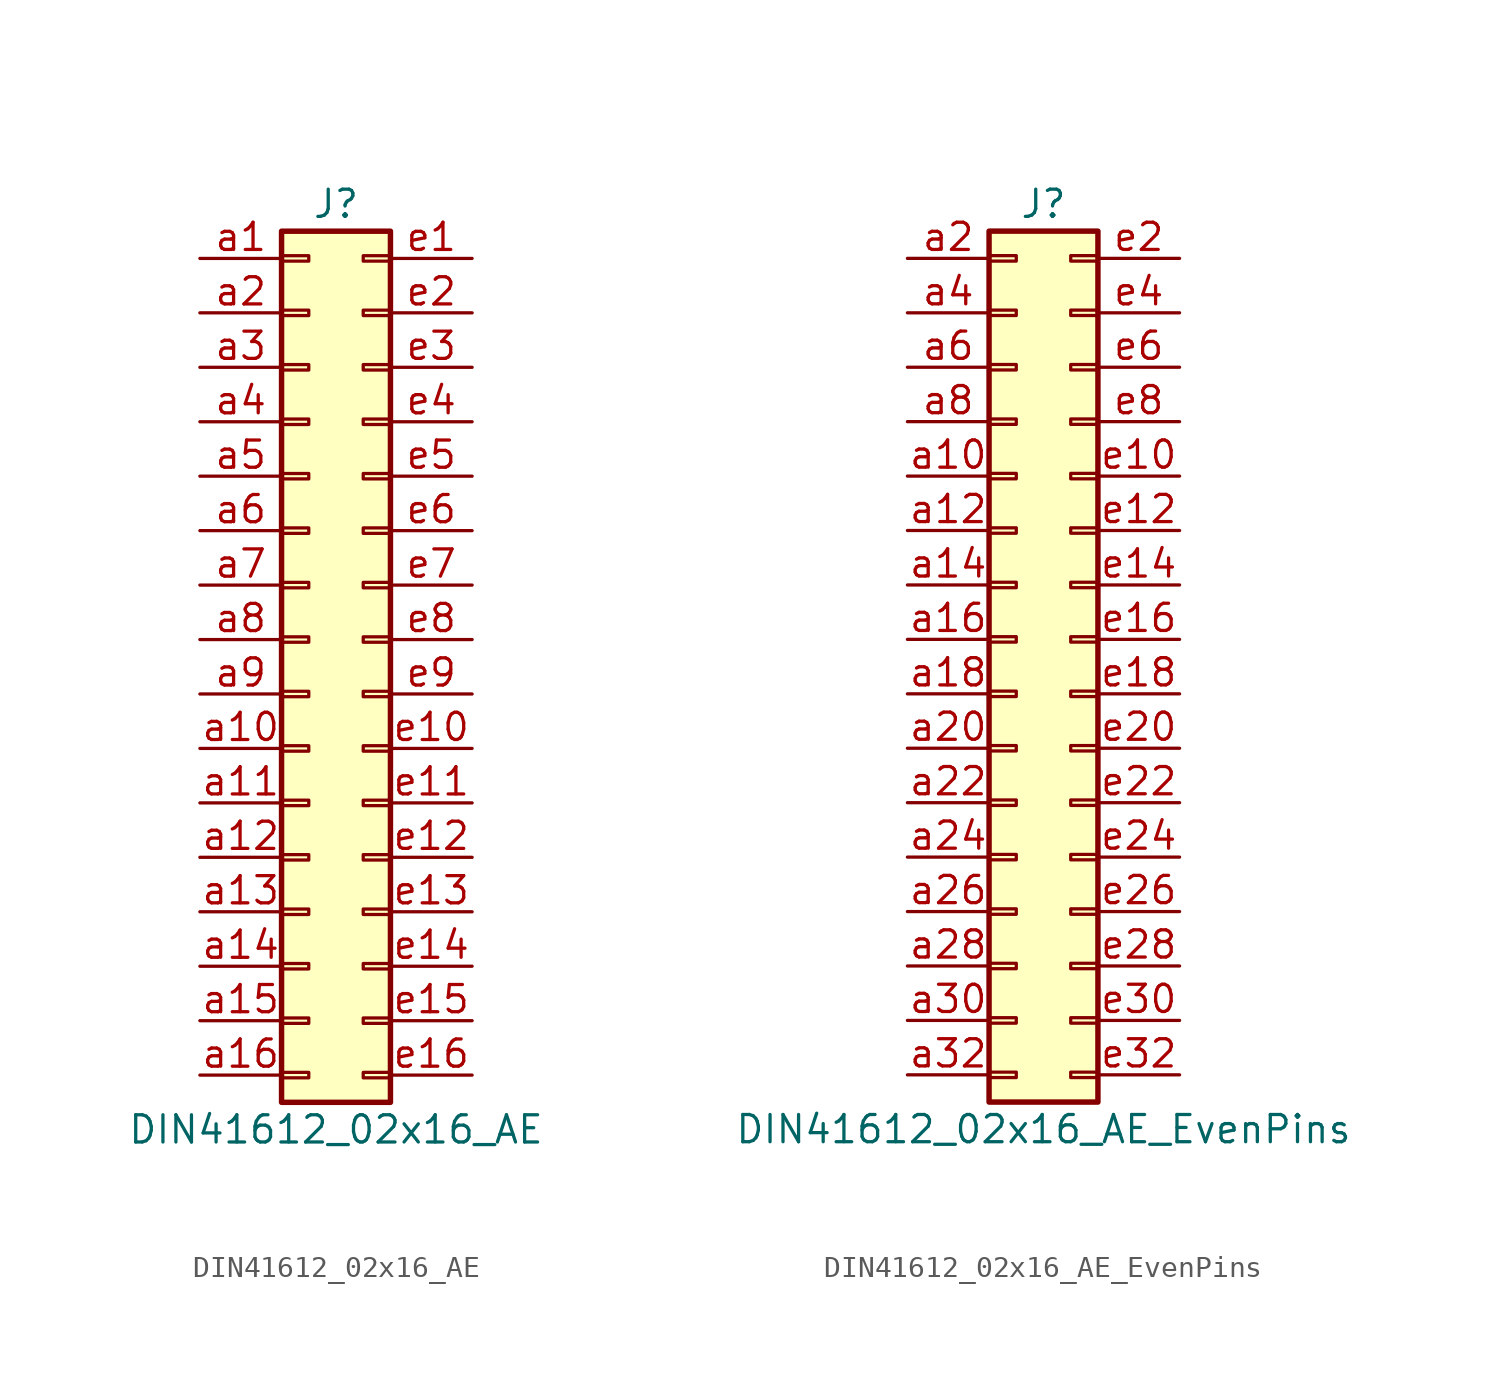
<source format=kicad_sym>
(kicad_symbol_lib
  (version 20201005)
  (generator kicad_symbol_editor)
  (symbol "Connector:DIN41612_02x16_AE"
    (pin_names
      (offset 1.016) hide)
    (property "Reference" "J"
      (at 1.27 20.32 0)
      (effects (font (size 1.27 1.27))))
    (property "Value" "DIN41612_02x16_AE"
      (at 1.27 -22.86 0)
      (effects (font (size 1.27 1.27))))
    (symbol "DIN41612_02x16_AE_1_1"
      (rectangle (start -1.27 -20.193) (end 0 -20.447) (stroke (width 0.152)) (fill (type none)))
      (rectangle (start -1.27 -17.653) (end 0 -17.907) (stroke (width 0.152)) (fill (type none)))
      (rectangle (start -1.27 -15.113) (end 0 -15.367) (stroke (width 0.152)) (fill (type none)))
      (rectangle (start -1.27 -12.573) (end 0 -12.827) (stroke (width 0.152)) (fill (type none)))
      (rectangle (start -1.27 -10.033) (end 0 -10.287) (stroke (width 0.152)) (fill (type none)))
      (rectangle (start -1.27 -7.493) (end 0 -7.747) (stroke (width 0.152)) (fill (type none)))
      (rectangle (start -1.27 -4.953) (end 0 -5.207) (stroke (width 0.152)) (fill (type none)))
      (rectangle (start -1.27 -2.413) (end 0 -2.667) (stroke (width 0.152)) (fill (type none)))
      (rectangle (start -1.27 0.127) (end 0 -0.127) (stroke (width 0.152)) (fill (type none)))
      (rectangle (start -1.27 2.667) (end 0 2.413) (stroke (width 0.152)) (fill (type none)))
      (rectangle (start -1.27 5.207) (end 0 4.953) (stroke (width 0.152)) (fill (type none)))
      (rectangle (start -1.27 7.747) (end 0 7.493) (stroke (width 0.152)) (fill (type none)))
      (rectangle (start -1.27 10.287) (end 0 10.033) (stroke (width 0.152)) (fill (type none)))
      (rectangle (start -1.27 12.827) (end 0 12.573) (stroke (width 0.152)) (fill (type none)))
      (rectangle (start -1.27 15.367) (end 0 15.113) (stroke (width 0.152)) (fill (type none)))
      (rectangle (start -1.27 17.907) (end 0 17.653) (stroke (width 0.152)) (fill (type none)))
      (rectangle (start -1.27 19.05) (end 3.81 -21.59) (stroke (width 0.254)) (fill (type background)))
      (rectangle (start 3.81 -20.193) (end 2.54 -20.447) (stroke (width 0.152)) (fill (type none)))
      (rectangle (start 3.81 -17.653) (end 2.54 -17.907) (stroke (width 0.152)) (fill (type none)))
      (rectangle (start 3.81 -15.113) (end 2.54 -15.367) (stroke (width 0.152)) (fill (type none)))
      (rectangle (start 3.81 -12.573) (end 2.54 -12.827) (stroke (width 0.152)) (fill (type none)))
      (rectangle (start 3.81 -10.033) (end 2.54 -10.287) (stroke (width 0.152)) (fill (type none)))
      (rectangle (start 3.81 -7.493) (end 2.54 -7.747) (stroke (width 0.152)) (fill (type none)))
      (rectangle (start 3.81 -4.953) (end 2.54 -5.207) (stroke (width 0.152)) (fill (type none)))
      (rectangle (start 3.81 -2.413) (end 2.54 -2.667) (stroke (width 0.152)) (fill (type none)))
      (rectangle (start 3.81 0.127) (end 2.54 -0.127) (stroke (width 0.152)) (fill (type none)))
      (rectangle (start 3.81 2.667) (end 2.54 2.413) (stroke (width 0.152)) (fill (type none)))
      (rectangle (start 3.81 5.207) (end 2.54 4.953) (stroke (width 0.152)) (fill (type none)))
      (rectangle (start 3.81 7.747) (end 2.54 7.493) (stroke (width 0.152)) (fill (type none)))
      (rectangle (start 3.81 10.287) (end 2.54 10.033) (stroke (width 0.152)) (fill (type none)))
      (rectangle (start 3.81 12.827) (end 2.54 12.573) (stroke (width 0.152)) (fill (type none)))
      (rectangle (start 3.81 15.367) (end 2.54 15.113) (stroke (width 0.152)) (fill (type none)))
      (rectangle (start 3.81 17.907) (end 2.54 17.653) (stroke (width 0.152)) (fill (type none)))
      (pin passive line (at -5.08 17.78 0) (length 3.81) (name "Pin_a1" (effects (font (size 1.27 1.27)))) (number "a1" (effects (font (size 1.27 1.27)))))
      (pin passive line (at -5.08 -5.08 0) (length 3.81) (name "Pin_a10" (effects (font (size 1.27 1.27)))) (number "a10" (effects (font (size 1.27 1.27)))))
      (pin passive line (at -5.08 -7.62 0) (length 3.81) (name "Pin_a11" (effects (font (size 1.27 1.27)))) (number "a11" (effects (font (size 1.27 1.27)))))
      (pin passive line (at -5.08 -10.16 0) (length 3.81) (name "Pin_a12" (effects (font (size 1.27 1.27)))) (number "a12" (effects (font (size 1.27 1.27)))))
      (pin passive line (at -5.08 -12.7 0) (length 3.81) (name "Pin_a13" (effects (font (size 1.27 1.27)))) (number "a13" (effects (font (size 1.27 1.27)))))
      (pin passive line (at -5.08 -15.24 0) (length 3.81) (name "Pin_a14" (effects (font (size 1.27 1.27)))) (number "a14" (effects (font (size 1.27 1.27)))))
      (pin passive line (at -5.08 -17.78 0) (length 3.81) (name "Pin_a15" (effects (font (size 1.27 1.27)))) (number "a15" (effects (font (size 1.27 1.27)))))
      (pin passive line (at -5.08 -20.32 0) (length 3.81) (name "Pin_a16" (effects (font (size 1.27 1.27)))) (number "a16" (effects (font (size 1.27 1.27)))))
      (pin passive line (at -5.08 15.24 0) (length 3.81) (name "Pin_a2" (effects (font (size 1.27 1.27)))) (number "a2" (effects (font (size 1.27 1.27)))))
      (pin passive line (at -5.08 12.7 0) (length 3.81) (name "Pin_a3" (effects (font (size 1.27 1.27)))) (number "a3" (effects (font (size 1.27 1.27)))))
      (pin passive line (at -5.08 10.16 0) (length 3.81) (name "Pin_a4" (effects (font (size 1.27 1.27)))) (number "a4" (effects (font (size 1.27 1.27)))))
      (pin passive line (at -5.08 7.62 0) (length 3.81) (name "Pin_a5" (effects (font (size 1.27 1.27)))) (number "a5" (effects (font (size 1.27 1.27)))))
      (pin passive line (at -5.08 5.08 0) (length 3.81) (name "Pin_a6" (effects (font (size 1.27 1.27)))) (number "a6" (effects (font (size 1.27 1.27)))))
      (pin passive line (at -5.08 2.54 0) (length 3.81) (name "Pin_a7" (effects (font (size 1.27 1.27)))) (number "a7" (effects (font (size 1.27 1.27)))))
      (pin passive line (at -5.08 0 0) (length 3.81) (name "Pin_a8" (effects (font (size 1.27 1.27)))) (number "a8" (effects (font (size 1.27 1.27)))))
      (pin passive line (at -5.08 -2.54 0) (length 3.81) (name "Pin_a9" (effects (font (size 1.27 1.27)))) (number "a9" (effects (font (size 1.27 1.27)))))
      (pin passive line (at 7.62 17.78 180) (length 3.81) (name "Pin_e1" (effects (font (size 1.27 1.27)))) (number "e1" (effects (font (size 1.27 1.27)))))
      (pin passive line (at 7.62 -5.08 180) (length 3.81) (name "Pin_e10" (effects (font (size 1.27 1.27)))) (number "e10" (effects (font (size 1.27 1.27)))))
      (pin passive line (at 7.62 -7.62 180) (length 3.81) (name "Pin_e11" (effects (font (size 1.27 1.27)))) (number "e11" (effects (font (size 1.27 1.27)))))
      (pin passive line (at 7.62 -10.16 180) (length 3.81) (name "Pin_e12" (effects (font (size 1.27 1.27)))) (number "e12" (effects (font (size 1.27 1.27)))))
      (pin passive line (at 7.62 -12.7 180) (length 3.81) (name "Pin_e13" (effects (font (size 1.27 1.27)))) (number "e13" (effects (font (size 1.27 1.27)))))
      (pin passive line (at 7.62 -15.24 180) (length 3.81) (name "Pin_e14" (effects (font (size 1.27 1.27)))) (number "e14" (effects (font (size 1.27 1.27)))))
      (pin passive line (at 7.62 -17.78 180) (length 3.81) (name "Pin_e15" (effects (font (size 1.27 1.27)))) (number "e15" (effects (font (size 1.27 1.27)))))
      (pin passive line (at 7.62 -20.32 180) (length 3.81) (name "Pin_e16" (effects (font (size 1.27 1.27)))) (number "e16" (effects (font (size 1.27 1.27)))))
      (pin passive line (at 7.62 15.24 180) (length 3.81) (name "Pin_e2" (effects (font (size 1.27 1.27)))) (number "e2" (effects (font (size 1.27 1.27)))))
      (pin passive line (at 7.62 12.7 180) (length 3.81) (name "Pin_e3" (effects (font (size 1.27 1.27)))) (number "e3" (effects (font (size 1.27 1.27)))))
      (pin passive line (at 7.62 10.16 180) (length 3.81) (name "Pin_e4" (effects (font (size 1.27 1.27)))) (number "e4" (effects (font (size 1.27 1.27)))))
      (pin passive line (at 7.62 7.62 180) (length 3.81) (name "Pin_e5" (effects (font (size 1.27 1.27)))) (number "e5" (effects (font (size 1.27 1.27)))))
      (pin passive line (at 7.62 5.08 180) (length 3.81) (name "Pin_e6" (effects (font (size 1.27 1.27)))) (number "e6" (effects (font (size 1.27 1.27)))))
      (pin passive line (at 7.62 2.54 180) (length 3.81) (name "Pin_e7" (effects (font (size 1.27 1.27)))) (number "e7" (effects (font (size 1.27 1.27)))))
      (pin passive line (at 7.62 0 180) (length 3.81) (name "Pin_e8" (effects (font (size 1.27 1.27)))) (number "e8" (effects (font (size 1.27 1.27)))))
      (pin passive line (at 7.62 -2.54 180) (length 3.81) (name "Pin_e9" (effects (font (size 1.27 1.27)))) (number "e9" (effects (font (size 1.27 1.27)))))))
  (symbol "Connector:DIN41612_02x16_AE_EvenPins"
    (pin_names
      (offset 1.016) hide)
    (property "Reference" "J"
      (at 1.27 20.32 0)
      (effects (font (size 1.27 1.27))))
    (property "Value" "DIN41612_02x16_AE_EvenPins"
      (at 1.27 -22.86 0)
      (effects (font (size 1.27 1.27))))
    (symbol "DIN41612_02x16_AE_EvenPins_1_1"
      (rectangle (start -1.27 -20.193) (end 0 -20.447) (stroke (width 0.152)) (fill (type none)))
      (rectangle (start -1.27 -17.653) (end 0 -17.907) (stroke (width 0.152)) (fill (type none)))
      (rectangle (start -1.27 -15.113) (end 0 -15.367) (stroke (width 0.152)) (fill (type none)))
      (rectangle (start -1.27 -12.573) (end 0 -12.827) (stroke (width 0.152)) (fill (type none)))
      (rectangle (start -1.27 -10.033) (end 0 -10.287) (stroke (width 0.152)) (fill (type none)))
      (rectangle (start -1.27 -7.493) (end 0 -7.747) (stroke (width 0.152)) (fill (type none)))
      (rectangle (start -1.27 -4.953) (end 0 -5.207) (stroke (width 0.152)) (fill (type none)))
      (rectangle (start -1.27 -2.413) (end 0 -2.667) (stroke (width 0.152)) (fill (type none)))
      (rectangle (start -1.27 0.127) (end 0 -0.127) (stroke (width 0.152)) (fill (type none)))
      (rectangle (start -1.27 2.667) (end 0 2.413) (stroke (width 0.152)) (fill (type none)))
      (rectangle (start -1.27 5.207) (end 0 4.953) (stroke (width 0.152)) (fill (type none)))
      (rectangle (start -1.27 7.747) (end 0 7.493) (stroke (width 0.152)) (fill (type none)))
      (rectangle (start -1.27 10.287) (end 0 10.033) (stroke (width 0.152)) (fill (type none)))
      (rectangle (start -1.27 12.827) (end 0 12.573) (stroke (width 0.152)) (fill (type none)))
      (rectangle (start -1.27 15.367) (end 0 15.113) (stroke (width 0.152)) (fill (type none)))
      (rectangle (start -1.27 17.907) (end 0 17.653) (stroke (width 0.152)) (fill (type none)))
      (rectangle (start -1.27 19.05) (end 3.81 -21.59) (stroke (width 0.254)) (fill (type background)))
      (rectangle (start 3.81 -20.193) (end 2.54 -20.447) (stroke (width 0.152)) (fill (type none)))
      (rectangle (start 3.81 -17.653) (end 2.54 -17.907) (stroke (width 0.152)) (fill (type none)))
      (rectangle (start 3.81 -15.113) (end 2.54 -15.367) (stroke (width 0.152)) (fill (type none)))
      (rectangle (start 3.81 -12.573) (end 2.54 -12.827) (stroke (width 0.152)) (fill (type none)))
      (rectangle (start 3.81 -10.033) (end 2.54 -10.287) (stroke (width 0.152)) (fill (type none)))
      (rectangle (start 3.81 -7.493) (end 2.54 -7.747) (stroke (width 0.152)) (fill (type none)))
      (rectangle (start 3.81 -4.953) (end 2.54 -5.207) (stroke (width 0.152)) (fill (type none)))
      (rectangle (start 3.81 -2.413) (end 2.54 -2.667) (stroke (width 0.152)) (fill (type none)))
      (rectangle (start 3.81 0.127) (end 2.54 -0.127) (stroke (width 0.152)) (fill (type none)))
      (rectangle (start 3.81 2.667) (end 2.54 2.413) (stroke (width 0.152)) (fill (type none)))
      (rectangle (start 3.81 5.207) (end 2.54 4.953) (stroke (width 0.152)) (fill (type none)))
      (rectangle (start 3.81 7.747) (end 2.54 7.493) (stroke (width 0.152)) (fill (type none)))
      (rectangle (start 3.81 10.287) (end 2.54 10.033) (stroke (width 0.152)) (fill (type none)))
      (rectangle (start 3.81 12.827) (end 2.54 12.573) (stroke (width 0.152)) (fill (type none)))
      (rectangle (start 3.81 15.367) (end 2.54 15.113) (stroke (width 0.152)) (fill (type none)))
      (rectangle (start 3.81 17.907) (end 2.54 17.653) (stroke (width 0.152)) (fill (type none)))
      (pin passive line (at -5.08 7.62 0) (length 3.81) (name "Pin_a10" (effects (font (size 1.27 1.27)))) (number "a10" (effects (font (size 1.27 1.27)))))
      (pin passive line (at -5.08 5.08 0) (length 3.81) (name "Pin_a12" (effects (font (size 1.27 1.27)))) (number "a12" (effects (font (size 1.27 1.27)))))
      (pin passive line (at -5.08 2.54 0) (length 3.81) (name "Pin_a14" (effects (font (size 1.27 1.27)))) (number "a14" (effects (font (size 1.27 1.27)))))
      (pin passive line (at -5.08 0 0) (length 3.81) (name "Pin_a16" (effects (font (size 1.27 1.27)))) (number "a16" (effects (font (size 1.27 1.27)))))
      (pin passive line (at -5.08 -2.54 0) (length 3.81) (name "Pin_a18" (effects (font (size 1.27 1.27)))) (number "a18" (effects (font (size 1.27 1.27)))))
      (pin passive line (at -5.08 17.78 0) (length 3.81) (name "Pin_a2" (effects (font (size 1.27 1.27)))) (number "a2" (effects (font (size 1.27 1.27)))))
      (pin passive line (at -5.08 -5.08 0) (length 3.81) (name "Pin_a20" (effects (font (size 1.27 1.27)))) (number "a20" (effects (font (size 1.27 1.27)))))
      (pin passive line (at -5.08 -7.62 0) (length 3.81) (name "Pin_a22" (effects (font (size 1.27 1.27)))) (number "a22" (effects (font (size 1.27 1.27)))))
      (pin passive line (at -5.08 -10.16 0) (length 3.81) (name "Pin_a24" (effects (font (size 1.27 1.27)))) (number "a24" (effects (font (size 1.27 1.27)))))
      (pin passive line (at -5.08 -12.7 0) (length 3.81) (name "Pin_a26" (effects (font (size 1.27 1.27)))) (number "a26" (effects (font (size 1.27 1.27)))))
      (pin passive line (at -5.08 -15.24 0) (length 3.81) (name "Pin_a28" (effects (font (size 1.27 1.27)))) (number "a28" (effects (font (size 1.27 1.27)))))
      (pin passive line (at -5.08 -17.78 0) (length 3.81) (name "Pin_a30" (effects (font (size 1.27 1.27)))) (number "a30" (effects (font (size 1.27 1.27)))))
      (pin passive line (at -5.08 -20.32 0) (length 3.81) (name "Pin_a32" (effects (font (size 1.27 1.27)))) (number "a32" (effects (font (size 1.27 1.27)))))
      (pin passive line (at -5.08 15.24 0) (length 3.81) (name "Pin_a4" (effects (font (size 1.27 1.27)))) (number "a4" (effects (font (size 1.27 1.27)))))
      (pin passive line (at -5.08 12.7 0) (length 3.81) (name "Pin_a6" (effects (font (size 1.27 1.27)))) (number "a6" (effects (font (size 1.27 1.27)))))
      (pin passive line (at -5.08 10.16 0) (length 3.81) (name "Pin_a8" (effects (font (size 1.27 1.27)))) (number "a8" (effects (font (size 1.27 1.27)))))
      (pin passive line (at 7.62 7.62 180) (length 3.81) (name "Pin_e10" (effects (font (size 1.27 1.27)))) (number "e10" (effects (font (size 1.27 1.27)))))
      (pin passive line (at 7.62 5.08 180) (length 3.81) (name "Pin_e12" (effects (font (size 1.27 1.27)))) (number "e12" (effects (font (size 1.27 1.27)))))
      (pin passive line (at 7.62 2.54 180) (length 3.81) (name "Pin_e14" (effects (font (size 1.27 1.27)))) (number "e14" (effects (font (size 1.27 1.27)))))
      (pin passive line (at 7.62 0 180) (length 3.81) (name "Pin_e16" (effects (font (size 1.27 1.27)))) (number "e16" (effects (font (size 1.27 1.27)))))
      (pin passive line (at 7.62 -2.54 180) (length 3.81) (name "Pin_e18" (effects (font (size 1.27 1.27)))) (number "e18" (effects (font (size 1.27 1.27)))))
      (pin passive line (at 7.62 17.78 180) (length 3.81) (name "Pin_e2" (effects (font (size 1.27 1.27)))) (number "e2" (effects (font (size 1.27 1.27)))))
      (pin passive line (at 7.62 -5.08 180) (length 3.81) (name "Pin_e20" (effects (font (size 1.27 1.27)))) (number "e20" (effects (font (size 1.27 1.27)))))
      (pin passive line (at 7.62 -7.62 180) (length 3.81) (name "Pin_e22" (effects (font (size 1.27 1.27)))) (number "e22" (effects (font (size 1.27 1.27)))))
      (pin passive line (at 7.62 -10.16 180) (length 3.81) (name "Pin_e24" (effects (font (size 1.27 1.27)))) (number "e24" (effects (font (size 1.27 1.27)))))
      (pin passive line (at 7.62 -12.7 180) (length 3.81) (name "Pin_e26" (effects (font (size 1.27 1.27)))) (number "e26" (effects (font (size 1.27 1.27)))))
      (pin passive line (at 7.62 -15.24 180) (length 3.81) (name "Pin_e28" (effects (font (size 1.27 1.27)))) (number "e28" (effects (font (size 1.27 1.27)))))
      (pin passive line (at 7.62 -17.78 180) (length 3.81) (name "Pin_e30" (effects (font (size 1.27 1.27)))) (number "e30" (effects (font (size 1.27 1.27)))))
      (pin passive line (at 7.62 -20.32 180) (length 3.81) (name "Pin_e32" (effects (font (size 1.27 1.27)))) (number "e32" (effects (font (size 1.27 1.27)))))
      (pin passive line (at 7.62 15.24 180) (length 3.81) (name "Pin_e4" (effects (font (size 1.27 1.27)))) (number "e4" (effects (font (size 1.27 1.27)))))
      (pin passive line (at 7.62 12.7 180) (length 3.81) (name "Pin_e6" (effects (font (size 1.27 1.27)))) (number "e6" (effects (font (size 1.27 1.27)))))
      (pin passive line (at 7.62 10.16 180) (length 3.81) (name "Pin_e8" (effects (font (size 1.27 1.27)))) (number "e8" (effects (font (size 1.27 1.27))))))))
</source>
